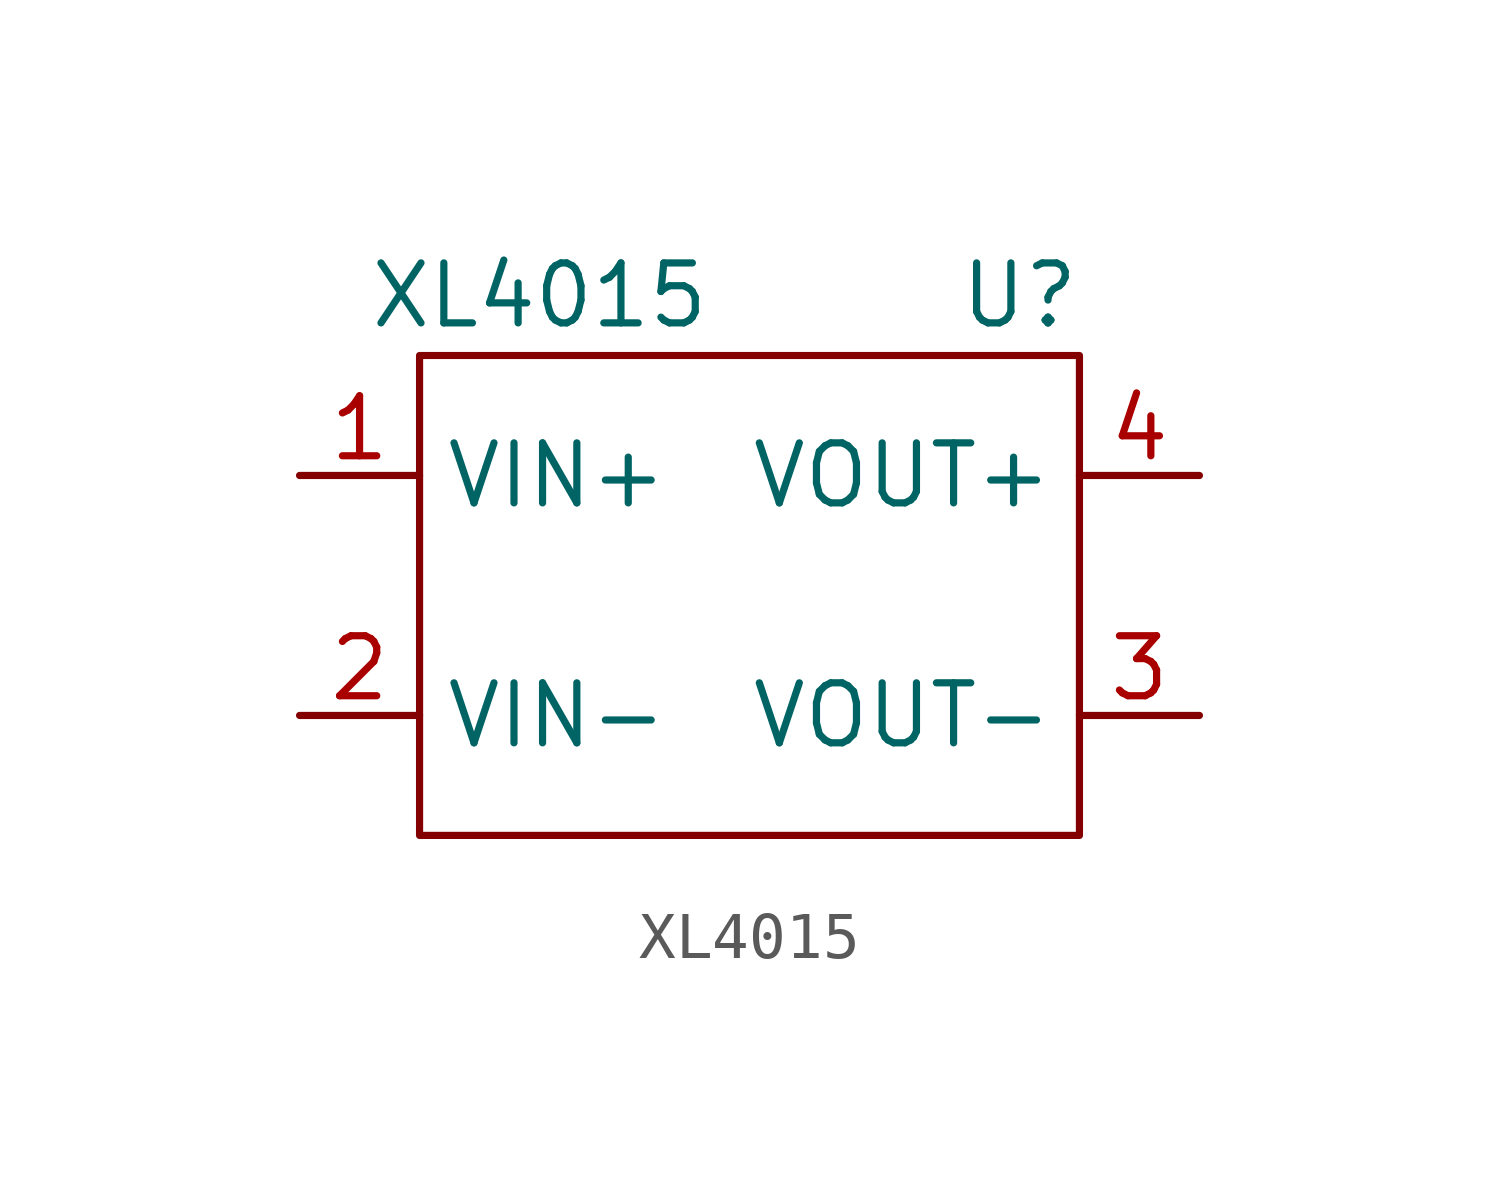
<source format=kicad_sym>
(kicad_symbol_lib
  (version 20211014)
  (generator kicad_symbol_editor)
  (symbol "XL4015"
    (property "Reference" "U"
      (at 6.35 6.35 0)
      (effects (font (size 1.27 1.27))))
    (property "Value" "XL4015"
      (at -3.81 6.35 0)
      (effects (font (size 1.27 1.27))))
    (symbol "XL4015_0_1"
      (rectangle (start -6.35 5.08) (end 7.62 -5.08) (stroke (width 0.152) (type default) (color 0 0 0 0)) (fill (type none))))
    (symbol "XL4015_1_1"
      (pin input line (at -8.89 2.54 0) (length 2.54) (name "VIN+" (effects (font (size 1.27 1.27)))) (number "1" (effects (font (size 1.27 1.27)))))
      (pin input line (at -8.89 -2.54 0) (length 2.54) (name "VIN-" (effects (font (size 1.27 1.27)))) (number "2" (effects (font (size 1.27 1.27)))))
      (pin input line (at 10.16 -2.54 180) (length 2.54) (name "VOUT-" (effects (font (size 1.27 1.27)))) (number "3" (effects (font (size 1.27 1.27)))))
      (pin input line (at 10.16 2.54 180) (length 2.54) (name "VOUT+" (effects (font (size 1.27 1.27)))) (number "4" (effects (font (size 1.27 1.27))))))))
</source>
